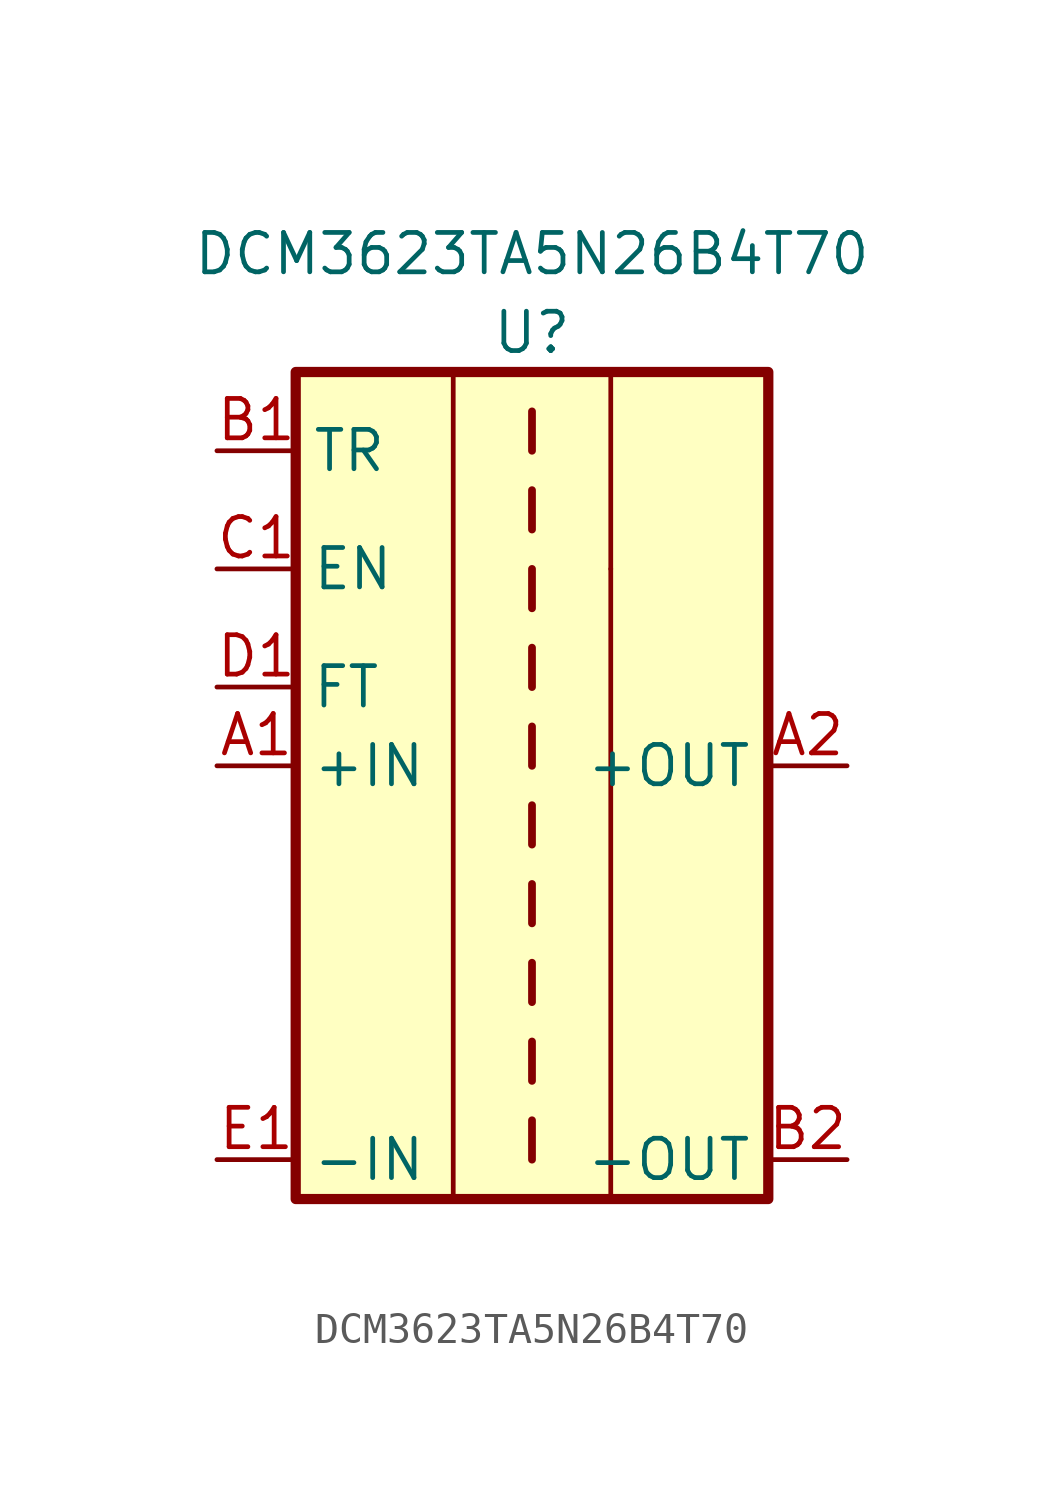
<source format=kicad_sym>
(kicad_symbol_lib
  (version 20211014)
  (generator kicad_symbol_editor)
  (symbol "DCM3623TA5N26B4T70"
    (property "Reference" "U"
      (at 0 1.27 0)
      (effects (font (size 1.27 1.27))))
    (property "Value" "DCM3623TA5N26B4T70"
      (at 0 3.81 0)
      (effects (font (size 1.27 1.27))))
    (symbol "DCM3623TA5N26B4T70_0_1"
      (rectangle (start -7.62 0) (end 7.62 -26.67) (stroke (width 0.33) (type default) (color 0 0 0 0)) (fill (type background)))
      (rectangle (start -2.54 0) (end 2.54 -26.67) (stroke (width 0) (type default) (color 0 0 0 0)) (fill (type background)))
      (polyline (pts (xy 0 -24.13) (xy 0 -25.4)) (stroke (width 0.25) (type default) (color 0 0 0 0)) (fill (type none)))
      (polyline (pts (xy 0 -21.59) (xy 0 -22.86)) (stroke (width 0.25) (type default) (color 0 0 0 0)) (fill (type none)))
      (polyline (pts (xy 0 -19.05) (xy 0 -20.32)) (stroke (width 0.25) (type default) (color 0 0 0 0)) (fill (type none)))
      (polyline (pts (xy 0 -16.51) (xy 0 -17.78)) (stroke (width 0.25) (type default) (color 0 0 0 0)) (fill (type none)))
      (polyline (pts (xy 0 -13.97) (xy 0 -15.24)) (stroke (width 0.25) (type default) (color 0 0 0 0)) (fill (type none)))
      (polyline (pts (xy 0 -11.43) (xy 0 -12.7)) (stroke (width 0.25) (type default) (color 0 0 0 0)) (fill (type none)))
      (polyline (pts (xy 0 -8.89) (xy 0 -10.16)) (stroke (width 0.25) (type default) (color 0 0 0 0)) (fill (type none)))
      (polyline (pts (xy 0 -6.35) (xy 0 -7.62)) (stroke (width 0.25) (type default) (color 0 0 0 0)) (fill (type none)))
      (polyline (pts (xy 0 -3.81) (xy 0 -5.08)) (stroke (width 0.25) (type default) (color 0 0 0 0)) (fill (type none)))
      (polyline (pts (xy 0 -1.27) (xy 0 -2.54)) (stroke (width 0.25) (type default) (color 0 0 0 0)) (fill (type none)))
      (rectangle (start 2.54 -6.35) (end 2.54 -6.35) (stroke (width 0) (type default) (color 0 0 0 0)) (fill (type none))))
    (symbol "DCM3623TA5N26B4T70_1_1"
      (pin input line (at -10.16 -12.7 0) (length 2.54) (name "+IN" (effects (font (size 1.27 1.27)))) (number "A1" (effects (font (size 1.27 1.27)))))
      (pin output line (at 10.16 -12.7 180) (length 2.54) (name "+OUT" (effects (font (size 1.27 1.27)))) (number "A2" (effects (font (size 1.27 1.27)))))
      (pin input line (at -10.16 -2.54 0) (length 2.54) (name "TR" (effects (font (size 1.27 1.27)))) (number "B1" (effects (font (size 1.27 1.27)))))
      (pin output line (at 10.16 -25.4 180) (length 2.54) (name "-OUT" (effects (font (size 1.27 1.27)))) (number "B2" (effects (font (size 1.27 1.27)))))
      (pin input line (at -10.16 -6.35 0) (length 2.54) (name "EN" (effects (font (size 1.27 1.27)))) (number "C1" (effects (font (size 1.27 1.27)))))
      (pin input line (at -10.16 -10.16 0) (length 2.54) (name "FT" (effects (font (size 1.27 1.27)))) (number "D1" (effects (font (size 1.27 1.27)))))
      (pin input line (at -10.16 -25.4 0) (length 2.54) (name "-IN" (effects (font (size 1.27 1.27)))) (number "E1" (effects (font (size 1.27 1.27))))))))
</source>
